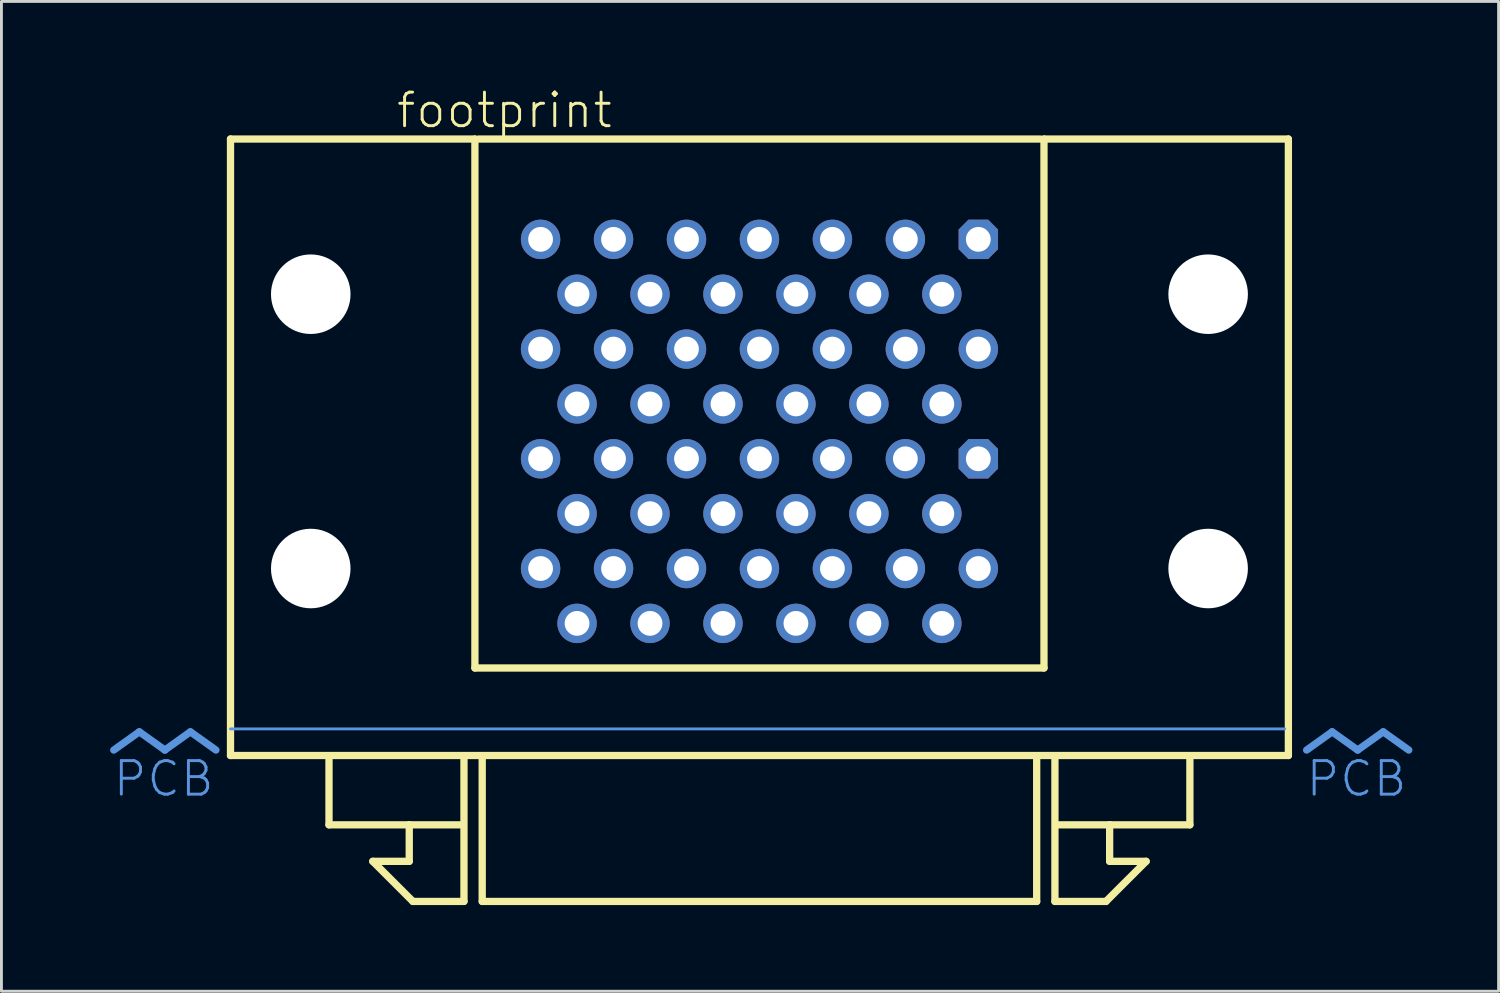
<source format=kicad_pcb>
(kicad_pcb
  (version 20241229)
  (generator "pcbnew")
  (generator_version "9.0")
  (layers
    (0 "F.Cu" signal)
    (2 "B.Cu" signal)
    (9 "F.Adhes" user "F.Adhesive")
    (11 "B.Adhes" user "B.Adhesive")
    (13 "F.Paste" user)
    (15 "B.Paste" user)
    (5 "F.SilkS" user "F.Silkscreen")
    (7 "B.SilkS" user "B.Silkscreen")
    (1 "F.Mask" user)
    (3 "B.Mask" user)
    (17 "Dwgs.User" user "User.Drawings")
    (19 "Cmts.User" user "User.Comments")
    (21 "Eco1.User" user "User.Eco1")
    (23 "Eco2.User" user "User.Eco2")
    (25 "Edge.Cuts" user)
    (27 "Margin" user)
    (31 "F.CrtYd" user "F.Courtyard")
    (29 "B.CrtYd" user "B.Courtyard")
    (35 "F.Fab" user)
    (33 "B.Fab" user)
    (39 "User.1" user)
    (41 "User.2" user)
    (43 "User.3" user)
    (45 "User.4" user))
  (footprint "footprint"
    (layer "F.Cu")
    (at 23.39 21.793)
    (property "Reference" "footprint" (at -12.7 -20.32 0) (layer "F.SilkS") (effects (font (size 1.168 1.168) (thickness 0.102)) (justify left bottom)))
    (fp_line (start -18.415 -20.003) (end -9.906 -20.003) (stroke (width 0.254) (type solid)) (layer "F.SilkS"))
    (fp_line (start -18.415 1.46) (end -18.415 -20.003) (stroke (width 0.254) (type solid)) (layer "F.SilkS"))
    (fp_line (start -14.986 3.873) (end -14.986 1.587) (stroke (width 0.254) (type solid)) (layer "F.SilkS"))
    (fp_line (start -13.462 5.144) (end -12.192 5.144) (stroke (width 0.254) (type solid)) (layer "F.SilkS"))
    (fp_line (start -12.192 3.873) (end -14.986 3.873) (stroke (width 0.254) (type solid)) (layer "F.SilkS"))
    (fp_line (start -12.192 3.873) (end -10.414 3.873) (stroke (width 0.254) (type solid)) (layer "F.SilkS"))
    (fp_line (start -12.192 5.144) (end -12.192 3.873) (stroke (width 0.254) (type solid)) (layer "F.SilkS"))
    (fp_line (start -12.065 6.54) (end -13.462 5.144) (stroke (width 0.254) (type solid)) (layer "F.SilkS"))
    (fp_line (start -10.287 1.587) (end -10.287 6.54) (stroke (width 0.254) (type solid)) (layer "F.SilkS"))
    (fp_line (start -10.287 6.54) (end -12.065 6.54) (stroke (width 0.254) (type solid)) (layer "F.SilkS"))
    (fp_line (start -9.906 -20.003) (end -9.906 -1.587) (stroke (width 0.254) (type solid)) (layer "F.SilkS"))
    (fp_line (start -9.906 -1.587) (end 9.906 -1.587) (stroke (width 0.254) (type solid)) (layer "F.SilkS"))
    (fp_line (start -9.779 -20.003) (end 9.779 -20.003) (stroke (width 0.254) (type solid)) (layer "F.SilkS"))
    (fp_line (start -9.652 6.54) (end -9.652 1.587) (stroke (width 0.254) (type solid)) (layer "F.SilkS"))
    (fp_line (start 9.652 1.587) (end 9.652 6.54) (stroke (width 0.254) (type solid)) (layer "F.SilkS"))
    (fp_line (start 9.652 6.54) (end -9.652 6.54) (stroke (width 0.254) (type solid)) (layer "F.SilkS"))
    (fp_line (start 9.906 -20.003) (end 18.415 -20.003) (stroke (width 0.254) (type solid)) (layer "F.SilkS"))
    (fp_line (start 9.906 -1.587) (end 9.906 -20.003) (stroke (width 0.254) (type solid)) (layer "F.SilkS"))
    (fp_line (start 10.287 1.587) (end 10.287 6.54) (stroke (width 0.254) (type solid)) (layer "F.SilkS"))
    (fp_line (start 10.287 6.54) (end 12.065 6.54) (stroke (width 0.254) (type solid)) (layer "F.SilkS"))
    (fp_line (start 12.065 6.54) (end 13.462 5.144) (stroke (width 0.254) (type solid)) (layer "F.SilkS"))
    (fp_line (start 12.192 3.873) (end 10.414 3.873) (stroke (width 0.254) (type solid)) (layer "F.SilkS"))
    (fp_line (start 12.192 3.873) (end 14.986 3.873) (stroke (width 0.254) (type solid)) (layer "F.SilkS"))
    (fp_line (start 12.192 5.144) (end 12.192 3.873) (stroke (width 0.254) (type solid)) (layer "F.SilkS"))
    (fp_line (start 13.462 5.144) (end 12.192 5.144) (stroke (width 0.254) (type solid)) (layer "F.SilkS"))
    (fp_line (start 14.986 3.873) (end 14.986 1.587) (stroke (width 0.254) (type solid)) (layer "F.SilkS"))
    (fp_line (start 18.415 -20.003) (end 18.415 1.46) (stroke (width 0.254) (type solid)) (layer "F.SilkS"))
    (fp_line (start 18.415 1.46) (end -18.415 1.46) (stroke (width 0.254) (type solid)) (layer "F.SilkS"))
    (fp_line (start -21.59 0.635) (end -22.479 1.27) (stroke (width 0.254) (type solid)) (layer "Cmts.User"))
    (fp_line (start -21.59 0.635) (end -20.701 1.27) (stroke (width 0.254) (type solid)) (layer "Cmts.User"))
    (fp_line (start -19.812 0.635) (end -20.701 1.27) (stroke (width 0.254) (type solid)) (layer "Cmts.User"))
    (fp_line (start -19.812 0.635) (end -18.923 1.27) (stroke (width 0.254) (type solid)) (layer "Cmts.User"))
    (fp_line (start -18.415 0.533) (end 18.288 0.533) (stroke (width 0.1) (type solid)) (layer "Cmts.User"))
    (fp_line (start 19.939 0.635) (end 19.05 1.27) (stroke (width 0.254) (type solid)) (layer "Cmts.User"))
    (fp_line (start 19.939 0.635) (end 20.828 1.27) (stroke (width 0.254) (type solid)) (layer "Cmts.User"))
    (fp_line (start 21.717 0.635) (end 20.828 1.27) (stroke (width 0.254) (type solid)) (layer "Cmts.User"))
    (fp_line (start 21.717 0.635) (end 22.606 1.27) (stroke (width 0.254) (type solid)) (layer "Cmts.User"))
    (fp_text user " PCB" (at -18.923 1.587 0) (layer "Cmts.User") (effects (font (size 1.168 1.168) (thickness 0.102)) (justify right top)))
    (fp_text user "PCB" (at 22.606 1.587 0) (layer "Cmts.User") (effects (font (size 1.168 1.168) (thickness 0.102)) (justify right top)))
    (pad "" np_thru_hole circle (at -15.621 -14.6) (size 2.769 2.769) (drill 2.769) (layers "*.Cu" "*.Mask"))
    (pad "" np_thru_hole circle (at -15.621 -5.05) (size 2.769 2.769) (drill 2.769) (layers "*.Cu" "*.Mask"))
    (pad "" np_thru_hole circle (at 15.621 -14.6) (size 2.769 2.769) (drill 2.769) (layers "*.Cu" "*.Mask"))
    (pad "" np_thru_hole circle (at 15.621 -5.05) (size 2.769 2.769) (drill 2.769) (layers "*.Cu" "*.Mask"))
    (pad "1-1" thru_hole roundrect (at 7.62 -8.87) (size 1.372 1.372) (drill 0.864) (layers "*.Cu" "*.Mask") (roundrect_rratio 0.25) (chamfer_ratio 0.25) (chamfer top_left top_right bottom_left bottom_right))
    (pad "1-2" thru_hole circle (at 6.35 -6.96) (size 1.372 1.372) (drill 0.864) (layers "*.Cu" "*.Mask"))
    (pad "1-3" thru_hole circle (at 5.08 -8.87) (size 1.372 1.372) (drill 0.864) (layers "*.Cu" "*.Mask"))
    (pad "1-4" thru_hole circle (at 3.81 -6.96) (size 1.372 1.372) (drill 0.864) (layers "*.Cu" "*.Mask"))
    (pad "1-5" thru_hole circle (at 2.54 -8.87) (size 1.372 1.372) (drill 0.864) (layers "*.Cu" "*.Mask"))
    (pad "1-6" thru_hole circle (at 1.27 -6.96) (size 1.372 1.372) (drill 0.864) (layers "*.Cu" "*.Mask"))
    (pad "1-7" thru_hole circle (at 0 -8.87) (size 1.372 1.372) (drill 0.864) (layers "*.Cu" "*.Mask"))
    (pad "1-8" thru_hole circle (at -1.27 -6.96) (size 1.372 1.372) (drill 0.864) (layers "*.Cu" "*.Mask"))
    (pad "1-9" thru_hole circle (at -2.54 -8.87) (size 1.372 1.372) (drill 0.864) (layers "*.Cu" "*.Mask"))
    (pad "1-10" thru_hole circle (at -3.81 -6.96) (size 1.372 1.372) (drill 0.864) (layers "*.Cu" "*.Mask"))
    (pad "1-11" thru_hole circle (at -5.08 -8.87) (size 1.372 1.372) (drill 0.864) (layers "*.Cu" "*.Mask"))
    (pad "1-12" thru_hole circle (at -6.35 -6.96) (size 1.372 1.372) (drill 0.864) (layers "*.Cu" "*.Mask"))
    (pad "1-13" thru_hole circle (at -7.62 -8.87) (size 1.372 1.372) (drill 0.864) (layers "*.Cu" "*.Mask"))
    (pad "1-14" thru_hole circle (at 7.62 -5.05) (size 1.372 1.372) (drill 0.864) (layers "*.Cu" "*.Mask"))
    (pad "1-15" thru_hole circle (at 6.35 -3.14) (size 1.372 1.372) (drill 0.864) (layers "*.Cu" "*.Mask"))
    (pad "1-16" thru_hole circle (at 5.08 -5.05) (size 1.372 1.372) (drill 0.864) (layers "*.Cu" "*.Mask"))
    (pad "1-17" thru_hole circle (at 3.81 -3.14) (size 1.372 1.372) (drill 0.864) (layers "*.Cu" "*.Mask"))
    (pad "1-18" thru_hole circle (at 2.54 -5.05) (size 1.372 1.372) (drill 0.864) (layers "*.Cu" "*.Mask"))
    (pad "1-19" thru_hole circle (at 1.27 -3.14) (size 1.372 1.372) (drill 0.864) (layers "*.Cu" "*.Mask"))
    (pad "1-20" thru_hole circle (at 0 -5.05) (size 1.372 1.372) (drill 0.864) (layers "*.Cu" "*.Mask"))
    (pad "1-21" thru_hole circle (at -1.27 -3.14) (size 1.372 1.372) (drill 0.864) (layers "*.Cu" "*.Mask"))
    (pad "1-22" thru_hole circle (at -2.54 -5.05) (size 1.372 1.372) (drill 0.864) (layers "*.Cu" "*.Mask"))
    (pad "1-23" thru_hole circle (at -3.81 -3.14) (size 1.372 1.372) (drill 0.864) (layers "*.Cu" "*.Mask"))
    (pad "1-24" thru_hole circle (at -5.08 -5.05) (size 1.372 1.372) (drill 0.864) (layers "*.Cu" "*.Mask"))
    (pad "1-25" thru_hole circle (at -6.35 -3.14) (size 1.372 1.372) (drill 0.864) (layers "*.Cu" "*.Mask"))
    (pad "1-26" thru_hole circle (at -7.62 -5.05) (size 1.372 1.372) (drill 0.864) (layers "*.Cu" "*.Mask"))
    (pad "2-1" thru_hole roundrect (at 7.62 -16.51) (size 1.372 1.372) (drill 0.864) (layers "*.Cu" "*.Mask") (roundrect_rratio 0.25) (chamfer_ratio 0.25) (chamfer top_left top_right bottom_left bottom_right))
    (pad "2-2" thru_hole circle (at 6.35 -14.6) (size 1.372 1.372) (drill 0.864) (layers "*.Cu" "*.Mask"))
    (pad "2-3" thru_hole circle (at 5.08 -16.51) (size 1.372 1.372) (drill 0.864) (layers "*.Cu" "*.Mask"))
    (pad "2-4" thru_hole circle (at 3.81 -14.6) (size 1.372 1.372) (drill 0.864) (layers "*.Cu" "*.Mask"))
    (pad "2-5" thru_hole circle (at 2.54 -16.51) (size 1.372 1.372) (drill 0.864) (layers "*.Cu" "*.Mask"))
    (pad "2-6" thru_hole circle (at 1.27 -14.6) (size 1.372 1.372) (drill 0.864) (layers "*.Cu" "*.Mask"))
    (pad "2-7" thru_hole circle (at 0 -16.51) (size 1.372 1.372) (drill 0.864) (layers "*.Cu" "*.Mask"))
    (pad "2-8" thru_hole circle (at -1.27 -14.6) (size 1.372 1.372) (drill 0.864) (layers "*.Cu" "*.Mask"))
    (pad "2-9" thru_hole circle (at -2.54 -16.51) (size 1.372 1.372) (drill 0.864) (layers "*.Cu" "*.Mask"))
    (pad "2-10" thru_hole circle (at -3.81 -14.6) (size 1.372 1.372) (drill 0.864) (layers "*.Cu" "*.Mask"))
    (pad "2-11" thru_hole circle (at -5.08 -16.51) (size 1.372 1.372) (drill 0.864) (layers "*.Cu" "*.Mask"))
    (pad "2-12" thru_hole circle (at -6.35 -14.6) (size 1.372 1.372) (drill 0.864) (layers "*.Cu" "*.Mask"))
    (pad "2-13" thru_hole circle (at -7.62 -16.51) (size 1.372 1.372) (drill 0.864) (layers "*.Cu" "*.Mask"))
    (pad "2-14" thru_hole circle (at 7.62 -12.69) (size 1.372 1.372) (drill 0.864) (layers "*.Cu" "*.Mask"))
    (pad "2-15" thru_hole circle (at 6.35 -10.78) (size 1.372 1.372) (drill 0.864) (layers "*.Cu" "*.Mask"))
    (pad "2-16" thru_hole circle (at 5.08 -12.69) (size 1.372 1.372) (drill 0.864) (layers "*.Cu" "*.Mask"))
    (pad "2-17" thru_hole circle (at 3.81 -10.78) (size 1.372 1.372) (drill 0.864) (layers "*.Cu" "*.Mask"))
    (pad "2-18" thru_hole circle (at 2.54 -12.69) (size 1.372 1.372) (drill 0.864) (layers "*.Cu" "*.Mask"))
    (pad "2-19" thru_hole circle (at 1.27 -10.78) (size 1.372 1.372) (drill 0.864) (layers "*.Cu" "*.Mask"))
    (pad "2-20" thru_hole circle (at 0 -12.69) (size 1.372 1.372) (drill 0.864) (layers "*.Cu" "*.Mask"))
    (pad "2-21" thru_hole circle (at -1.27 -10.78) (size 1.372 1.372) (drill 0.864) (layers "*.Cu" "*.Mask"))
    (pad "2-22" thru_hole circle (at -2.54 -12.69) (size 1.372 1.372) (drill 0.864) (layers "*.Cu" "*.Mask"))
    (pad "2-23" thru_hole circle (at -3.81 -10.78) (size 1.372 1.372) (drill 0.864) (layers "*.Cu" "*.Mask"))
    (pad "2-24" thru_hole circle (at -5.08 -12.69) (size 1.372 1.372) (drill 0.864) (layers "*.Cu" "*.Mask"))
    (pad "2-25" thru_hole circle (at -6.35 -10.78) (size 1.372 1.372) (drill 0.864) (layers "*.Cu" "*.Mask"))
    (pad "2-26" thru_hole circle (at -7.62 -12.69) (size 1.372 1.372) (drill 0.864) (layers "*.Cu" "*.Mask")))
  (gr_rect
    (start -3 -3)
    (end 49.123 31.461)
    (stroke (width 0.1) (type default))
    (fill no)
    (layer "Edge.Cuts")))
</source>
